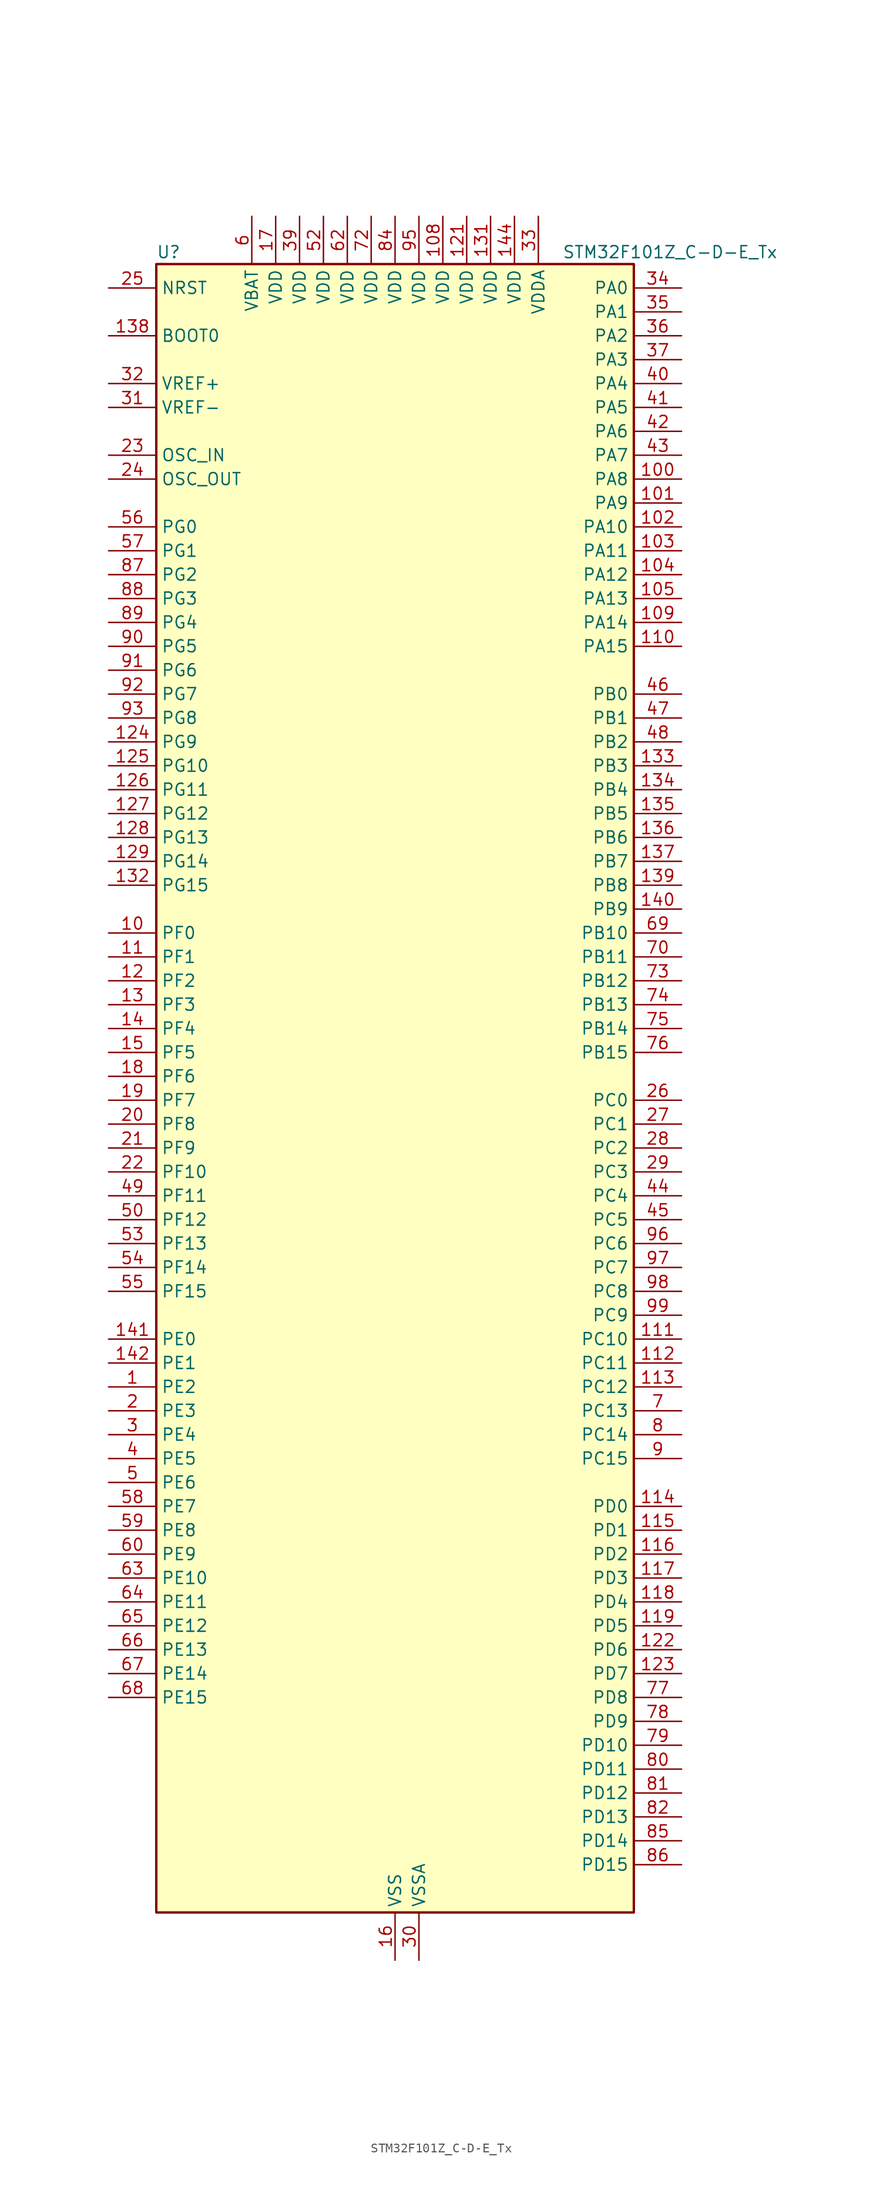
<source format=kicad_sym>
(kicad_symbol_lib
  (version 20220914)
  (generator kicad_symbol_editor)
  (symbol "STM32F101Z_C-D-E_Tx"
    (property "Reference" "U"
      (at -25.4 90.17 0)
      (effects (font (size 1.27 1.27)) (justify left)))
    (property "Value" "STM32F101Z_C-D-E_Tx"
      (at 17.78 90.17 0)
      (effects (font (size 1.27 1.27)) (justify left)))
    (property "ki_locked" ""
      (at 0 0 0)
      (effects (font (size 1.27 1.27))))
    (symbol "STM32F101Z_C-D-E_Tx_0_1"
      (rectangle (start -25.4 -86.36) (end 25.4 88.9) (stroke (width 0.254) (type default)) (fill (type background))))
    (symbol "STM32F101Z_C-D-E_Tx_1_1"
      (pin bidirectional line (at -30.48 -30.48 0) (length 5.08) (name "PE2" (effects (font (size 1.27 1.27)))) (number "1" (effects (font (size 1.27 1.27)))) (alternate "FSMC_A23" bidirectional line) (alternate "SYS_TRACECLK" bidirectional line))
      (pin bidirectional line (at -30.48 17.78 0) (length 5.08) (name "PF0" (effects (font (size 1.27 1.27)))) (number "10" (effects (font (size 1.27 1.27)))) (alternate "FSMC_A0" bidirectional line))
      (pin bidirectional line (at 30.48 66.04 180) (length 5.08) (name "PA8" (effects (font (size 1.27 1.27)))) (number "100" (effects (font (size 1.27 1.27)))) (alternate "RCC_MCO" bidirectional line) (alternate "USART1_CK" bidirectional line))
      (pin bidirectional line (at 30.48 63.5 180) (length 5.08) (name "PA9" (effects (font (size 1.27 1.27)))) (number "101" (effects (font (size 1.27 1.27)))) (alternate "DAC_EXTI9" bidirectional line) (alternate "USART1_TX" bidirectional line))
      (pin bidirectional line (at 30.48 60.96 180) (length 5.08) (name "PA10" (effects (font (size 1.27 1.27)))) (number "102" (effects (font (size 1.27 1.27)))) (alternate "USART1_RX" bidirectional line))
      (pin bidirectional line (at 30.48 58.42 180) (length 5.08) (name "PA11" (effects (font (size 1.27 1.27)))) (number "103" (effects (font (size 1.27 1.27)))) (alternate "ADC1_EXTI11" bidirectional line) (alternate "USART1_CTS" bidirectional line))
      (pin bidirectional line (at 30.48 55.88 180) (length 5.08) (name "PA12" (effects (font (size 1.27 1.27)))) (number "104" (effects (font (size 1.27 1.27)))) (alternate "USART1_RTS" bidirectional line))
      (pin bidirectional line (at 30.48 53.34 180) (length 5.08) (name "PA13" (effects (font (size 1.27 1.27)))) (number "105" (effects (font (size 1.27 1.27)))) (alternate "SYS_JTMS-SWDIO" bidirectional line))
      (pin no_connect line (at -25.4 -86.36 0) (length 5.08) hide (name "NC" (effects (font (size 1.27 1.27)))) (number "106" (effects (font (size 1.27 1.27)))))
      (pin passive line (at 0 -91.44 90) (length 5.08) hide (name "VSS" (effects (font (size 1.27 1.27)))) (number "107" (effects (font (size 1.27 1.27)))))
      (pin power_in line (at 5.08 93.98 270) (length 5.08) (name "VDD" (effects (font (size 1.27 1.27)))) (number "108" (effects (font (size 1.27 1.27)))))
      (pin bidirectional line (at 30.48 50.8 180) (length 5.08) (name "PA14" (effects (font (size 1.27 1.27)))) (number "109" (effects (font (size 1.27 1.27)))) (alternate "SYS_JTCK-SWCLK" bidirectional line))
      (pin bidirectional line (at -30.48 15.24 0) (length 5.08) (name "PF1" (effects (font (size 1.27 1.27)))) (number "11" (effects (font (size 1.27 1.27)))) (alternate "FSMC_A1" bidirectional line))
      (pin bidirectional line (at 30.48 48.26 180) (length 5.08) (name "PA15" (effects (font (size 1.27 1.27)))) (number "110" (effects (font (size 1.27 1.27)))) (alternate "ADC1_EXTI15" bidirectional line) (alternate "SPI1_NSS" bidirectional line) (alternate "SPI3_NSS" bidirectional line) (alternate "SYS_JTDI" bidirectional line) (alternate "TIM2_CH1" bidirectional line) (alternate "TIM2_ETR" bidirectional line))
      (pin bidirectional line (at 30.48 -25.4 180) (length 5.08) (name "PC10" (effects (font (size 1.27 1.27)))) (number "111" (effects (font (size 1.27 1.27)))) (alternate "UART4_TX" bidirectional line) (alternate "USART3_TX" bidirectional line))
      (pin bidirectional line (at 30.48 -27.94 180) (length 5.08) (name "PC11" (effects (font (size 1.27 1.27)))) (number "112" (effects (font (size 1.27 1.27)))) (alternate "ADC1_EXTI11" bidirectional line) (alternate "UART4_RX" bidirectional line) (alternate "USART3_RX" bidirectional line))
      (pin bidirectional line (at 30.48 -30.48 180) (length 5.08) (name "PC12" (effects (font (size 1.27 1.27)))) (number "113" (effects (font (size 1.27 1.27)))) (alternate "UART5_TX" bidirectional line) (alternate "USART3_CK" bidirectional line))
      (pin bidirectional line (at 30.48 -43.18 180) (length 5.08) (name "PD0" (effects (font (size 1.27 1.27)))) (number "114" (effects (font (size 1.27 1.27)))) (alternate "FSMC_D2" bidirectional line) (alternate "FSMC_DA2" bidirectional line))
      (pin bidirectional line (at 30.48 -45.72 180) (length 5.08) (name "PD1" (effects (font (size 1.27 1.27)))) (number "115" (effects (font (size 1.27 1.27)))) (alternate "FSMC_D3" bidirectional line) (alternate "FSMC_DA3" bidirectional line))
      (pin bidirectional line (at 30.48 -48.26 180) (length 5.08) (name "PD2" (effects (font (size 1.27 1.27)))) (number "116" (effects (font (size 1.27 1.27)))) (alternate "TIM3_ETR" bidirectional line) (alternate "UART5_RX" bidirectional line))
      (pin bidirectional line (at 30.48 -50.8 180) (length 5.08) (name "PD3" (effects (font (size 1.27 1.27)))) (number "117" (effects (font (size 1.27 1.27)))) (alternate "FSMC_CLK" bidirectional line) (alternate "USART2_CTS" bidirectional line))
      (pin bidirectional line (at 30.48 -53.34 180) (length 5.08) (name "PD4" (effects (font (size 1.27 1.27)))) (number "118" (effects (font (size 1.27 1.27)))) (alternate "FSMC_NOE" bidirectional line) (alternate "USART2_RTS" bidirectional line))
      (pin bidirectional line (at 30.48 -55.88 180) (length 5.08) (name "PD5" (effects (font (size 1.27 1.27)))) (number "119" (effects (font (size 1.27 1.27)))) (alternate "FSMC_NWE" bidirectional line) (alternate "USART2_TX" bidirectional line))
      (pin bidirectional line (at -30.48 12.7 0) (length 5.08) (name "PF2" (effects (font (size 1.27 1.27)))) (number "12" (effects (font (size 1.27 1.27)))) (alternate "FSMC_A2" bidirectional line))
      (pin passive line (at 0 -91.44 90) (length 5.08) hide (name "VSS" (effects (font (size 1.27 1.27)))) (number "120" (effects (font (size 1.27 1.27)))))
      (pin power_in line (at 7.62 93.98 270) (length 5.08) (name "VDD" (effects (font (size 1.27 1.27)))) (number "121" (effects (font (size 1.27 1.27)))))
      (pin bidirectional line (at 30.48 -58.42 180) (length 5.08) (name "PD6" (effects (font (size 1.27 1.27)))) (number "122" (effects (font (size 1.27 1.27)))) (alternate "FSMC_NWAIT" bidirectional line) (alternate "USART2_RX" bidirectional line))
      (pin bidirectional line (at 30.48 -60.96 180) (length 5.08) (name "PD7" (effects (font (size 1.27 1.27)))) (number "123" (effects (font (size 1.27 1.27)))) (alternate "FSMC_NCE2" bidirectional line) (alternate "FSMC_NE1" bidirectional line) (alternate "USART2_CK" bidirectional line))
      (pin bidirectional line (at -30.48 38.1 0) (length 5.08) (name "PG9" (effects (font (size 1.27 1.27)))) (number "124" (effects (font (size 1.27 1.27)))) (alternate "DAC_EXTI9" bidirectional line) (alternate "FSMC_NCE3" bidirectional line) (alternate "FSMC_NE2" bidirectional line))
      (pin bidirectional line (at -30.48 35.56 0) (length 5.08) (name "PG10" (effects (font (size 1.27 1.27)))) (number "125" (effects (font (size 1.27 1.27)))) (alternate "FSMC_NCE4_1" bidirectional line) (alternate "FSMC_NE3" bidirectional line))
      (pin bidirectional line (at -30.48 33.02 0) (length 5.08) (name "PG11" (effects (font (size 1.27 1.27)))) (number "126" (effects (font (size 1.27 1.27)))) (alternate "ADC1_EXTI11" bidirectional line) (alternate "FSMC_NCE4_2" bidirectional line))
      (pin bidirectional line (at -30.48 30.48 0) (length 5.08) (name "PG12" (effects (font (size 1.27 1.27)))) (number "127" (effects (font (size 1.27 1.27)))) (alternate "FSMC_NE4" bidirectional line))
      (pin bidirectional line (at -30.48 27.94 0) (length 5.08) (name "PG13" (effects (font (size 1.27 1.27)))) (number "128" (effects (font (size 1.27 1.27)))) (alternate "FSMC_A24" bidirectional line))
      (pin bidirectional line (at -30.48 25.4 0) (length 5.08) (name "PG14" (effects (font (size 1.27 1.27)))) (number "129" (effects (font (size 1.27 1.27)))) (alternate "FSMC_A25" bidirectional line))
      (pin bidirectional line (at -30.48 10.16 0) (length 5.08) (name "PF3" (effects (font (size 1.27 1.27)))) (number "13" (effects (font (size 1.27 1.27)))) (alternate "FSMC_A3" bidirectional line))
      (pin passive line (at 0 -91.44 90) (length 5.08) hide (name "VSS" (effects (font (size 1.27 1.27)))) (number "130" (effects (font (size 1.27 1.27)))))
      (pin power_in line (at 10.16 93.98 270) (length 5.08) (name "VDD" (effects (font (size 1.27 1.27)))) (number "131" (effects (font (size 1.27 1.27)))))
      (pin bidirectional line (at -30.48 22.86 0) (length 5.08) (name "PG15" (effects (font (size 1.27 1.27)))) (number "132" (effects (font (size 1.27 1.27)))) (alternate "ADC1_EXTI15" bidirectional line))
      (pin bidirectional line (at 30.48 35.56 180) (length 5.08) (name "PB3" (effects (font (size 1.27 1.27)))) (number "133" (effects (font (size 1.27 1.27)))) (alternate "SPI1_SCK" bidirectional line) (alternate "SPI3_SCK" bidirectional line) (alternate "SYS_JTDO-TRACESWO" bidirectional line) (alternate "TIM2_CH2" bidirectional line))
      (pin bidirectional line (at 30.48 33.02 180) (length 5.08) (name "PB4" (effects (font (size 1.27 1.27)))) (number "134" (effects (font (size 1.27 1.27)))) (alternate "SPI1_MISO" bidirectional line) (alternate "SPI3_MISO" bidirectional line) (alternate "SYS_NJTRST" bidirectional line) (alternate "TIM3_CH1" bidirectional line))
      (pin bidirectional line (at 30.48 30.48 180) (length 5.08) (name "PB5" (effects (font (size 1.27 1.27)))) (number "135" (effects (font (size 1.27 1.27)))) (alternate "I2C1_SMBA" bidirectional line) (alternate "SPI1_MOSI" bidirectional line) (alternate "SPI3_MOSI" bidirectional line) (alternate "TIM3_CH2" bidirectional line))
      (pin bidirectional line (at 30.48 27.94 180) (length 5.08) (name "PB6" (effects (font (size 1.27 1.27)))) (number "136" (effects (font (size 1.27 1.27)))) (alternate "I2C1_SCL" bidirectional line) (alternate "TIM4_CH1" bidirectional line) (alternate "USART1_TX" bidirectional line))
      (pin bidirectional line (at 30.48 25.4 180) (length 5.08) (name "PB7" (effects (font (size 1.27 1.27)))) (number "137" (effects (font (size 1.27 1.27)))) (alternate "FSMC_NL" bidirectional line) (alternate "I2C1_SDA" bidirectional line) (alternate "TIM4_CH2" bidirectional line) (alternate "USART1_RX" bidirectional line))
      (pin input line (at -30.48 81.28 0) (length 5.08) (name "BOOT0" (effects (font (size 1.27 1.27)))) (number "138" (effects (font (size 1.27 1.27)))))
      (pin bidirectional line (at 30.48 22.86 180) (length 5.08) (name "PB8" (effects (font (size 1.27 1.27)))) (number "139" (effects (font (size 1.27 1.27)))) (alternate "I2C1_SCL" bidirectional line) (alternate "TIM4_CH3" bidirectional line))
      (pin bidirectional line (at -30.48 7.62 0) (length 5.08) (name "PF4" (effects (font (size 1.27 1.27)))) (number "14" (effects (font (size 1.27 1.27)))) (alternate "FSMC_A4" bidirectional line))
      (pin bidirectional line (at 30.48 20.32 180) (length 5.08) (name "PB9" (effects (font (size 1.27 1.27)))) (number "140" (effects (font (size 1.27 1.27)))) (alternate "DAC_EXTI9" bidirectional line) (alternate "I2C1_SDA" bidirectional line) (alternate "TIM4_CH4" bidirectional line))
      (pin bidirectional line (at -30.48 -25.4 0) (length 5.08) (name "PE0" (effects (font (size 1.27 1.27)))) (number "141" (effects (font (size 1.27 1.27)))) (alternate "FSMC_NBL0" bidirectional line) (alternate "TIM4_ETR" bidirectional line))
      (pin bidirectional line (at -30.48 -27.94 0) (length 5.08) (name "PE1" (effects (font (size 1.27 1.27)))) (number "142" (effects (font (size 1.27 1.27)))) (alternate "FSMC_NBL1" bidirectional line))
      (pin passive line (at 0 -91.44 90) (length 5.08) hide (name "VSS" (effects (font (size 1.27 1.27)))) (number "143" (effects (font (size 1.27 1.27)))))
      (pin power_in line (at 12.7 93.98 270) (length 5.08) (name "VDD" (effects (font (size 1.27 1.27)))) (number "144" (effects (font (size 1.27 1.27)))))
      (pin bidirectional line (at -30.48 5.08 0) (length 5.08) (name "PF5" (effects (font (size 1.27 1.27)))) (number "15" (effects (font (size 1.27 1.27)))) (alternate "FSMC_A5" bidirectional line))
      (pin power_in line (at 0 -91.44 90) (length 5.08) (name "VSS" (effects (font (size 1.27 1.27)))) (number "16" (effects (font (size 1.27 1.27)))))
      (pin power_in line (at -12.7 93.98 270) (length 5.08) (name "VDD" (effects (font (size 1.27 1.27)))) (number "17" (effects (font (size 1.27 1.27)))))
      (pin bidirectional line (at -30.48 2.54 0) (length 5.08) (name "PF6" (effects (font (size 1.27 1.27)))) (number "18" (effects (font (size 1.27 1.27)))) (alternate "FSMC_NIORD" bidirectional line))
      (pin bidirectional line (at -30.48 0 0) (length 5.08) (name "PF7" (effects (font (size 1.27 1.27)))) (number "19" (effects (font (size 1.27 1.27)))) (alternate "FSMC_NREG" bidirectional line))
      (pin bidirectional line (at -30.48 -33.02 0) (length 5.08) (name "PE3" (effects (font (size 1.27 1.27)))) (number "2" (effects (font (size 1.27 1.27)))) (alternate "FSMC_A19" bidirectional line) (alternate "SYS_TRACED0" bidirectional line))
      (pin bidirectional line (at -30.48 -2.54 0) (length 5.08) (name "PF8" (effects (font (size 1.27 1.27)))) (number "20" (effects (font (size 1.27 1.27)))) (alternate "FSMC_NIOWR" bidirectional line))
      (pin bidirectional line (at -30.48 -5.08 0) (length 5.08) (name "PF9" (effects (font (size 1.27 1.27)))) (number "21" (effects (font (size 1.27 1.27)))) (alternate "DAC_EXTI9" bidirectional line) (alternate "FSMC_CD" bidirectional line))
      (pin bidirectional line (at -30.48 -7.62 0) (length 5.08) (name "PF10" (effects (font (size 1.27 1.27)))) (number "22" (effects (font (size 1.27 1.27)))) (alternate "FSMC_INTR" bidirectional line))
      (pin input line (at -30.48 68.58 0) (length 5.08) (name "OSC_IN" (effects (font (size 1.27 1.27)))) (number "23" (effects (font (size 1.27 1.27)))) (alternate "RCC_OSC_IN" bidirectional line))
      (pin input line (at -30.48 66.04 0) (length 5.08) (name "OSC_OUT" (effects (font (size 1.27 1.27)))) (number "24" (effects (font (size 1.27 1.27)))) (alternate "RCC_OSC_OUT" bidirectional line))
      (pin input line (at -30.48 86.36 0) (length 5.08) (name "NRST" (effects (font (size 1.27 1.27)))) (number "25" (effects (font (size 1.27 1.27)))))
      (pin bidirectional line (at 30.48 0 180) (length 5.08) (name "PC0" (effects (font (size 1.27 1.27)))) (number "26" (effects (font (size 1.27 1.27)))) (alternate "ADC1_IN10" bidirectional line))
      (pin bidirectional line (at 30.48 -2.54 180) (length 5.08) (name "PC1" (effects (font (size 1.27 1.27)))) (number "27" (effects (font (size 1.27 1.27)))) (alternate "ADC1_IN11" bidirectional line))
      (pin bidirectional line (at 30.48 -5.08 180) (length 5.08) (name "PC2" (effects (font (size 1.27 1.27)))) (number "28" (effects (font (size 1.27 1.27)))) (alternate "ADC1_IN12" bidirectional line))
      (pin bidirectional line (at 30.48 -7.62 180) (length 5.08) (name "PC3" (effects (font (size 1.27 1.27)))) (number "29" (effects (font (size 1.27 1.27)))) (alternate "ADC1_IN13" bidirectional line))
      (pin bidirectional line (at -30.48 -35.56 0) (length 5.08) (name "PE4" (effects (font (size 1.27 1.27)))) (number "3" (effects (font (size 1.27 1.27)))) (alternate "FSMC_A20" bidirectional line) (alternate "SYS_TRACED1" bidirectional line))
      (pin power_in line (at 2.54 -91.44 90) (length 5.08) (name "VSSA" (effects (font (size 1.27 1.27)))) (number "30" (effects (font (size 1.27 1.27)))))
      (pin input line (at -30.48 73.66 0) (length 5.08) (name "VREF-" (effects (font (size 1.27 1.27)))) (number "31" (effects (font (size 1.27 1.27)))))
      (pin input line (at -30.48 76.2 0) (length 5.08) (name "VREF+" (effects (font (size 1.27 1.27)))) (number "32" (effects (font (size 1.27 1.27)))))
      (pin power_in line (at 15.24 93.98 270) (length 5.08) (name "VDDA" (effects (font (size 1.27 1.27)))) (number "33" (effects (font (size 1.27 1.27)))))
      (pin bidirectional line (at 30.48 86.36 180) (length 5.08) (name "PA0" (effects (font (size 1.27 1.27)))) (number "34" (effects (font (size 1.27 1.27)))) (alternate "ADC1_IN0" bidirectional line) (alternate "SYS_WKUP" bidirectional line) (alternate "TIM2_CH1" bidirectional line) (alternate "TIM2_ETR" bidirectional line) (alternate "TIM5_CH1" bidirectional line) (alternate "USART2_CTS" bidirectional line))
      (pin bidirectional line (at 30.48 83.82 180) (length 5.08) (name "PA1" (effects (font (size 1.27 1.27)))) (number "35" (effects (font (size 1.27 1.27)))) (alternate "ADC1_IN1" bidirectional line) (alternate "TIM2_CH2" bidirectional line) (alternate "TIM5_CH2" bidirectional line) (alternate "USART2_RTS" bidirectional line))
      (pin bidirectional line (at 30.48 81.28 180) (length 5.08) (name "PA2" (effects (font (size 1.27 1.27)))) (number "36" (effects (font (size 1.27 1.27)))) (alternate "ADC1_IN2" bidirectional line) (alternate "TIM2_CH3" bidirectional line) (alternate "TIM5_CH3" bidirectional line) (alternate "USART2_TX" bidirectional line))
      (pin bidirectional line (at 30.48 78.74 180) (length 5.08) (name "PA3" (effects (font (size 1.27 1.27)))) (number "37" (effects (font (size 1.27 1.27)))) (alternate "ADC1_IN3" bidirectional line) (alternate "TIM2_CH4" bidirectional line) (alternate "TIM5_CH4" bidirectional line) (alternate "USART2_RX" bidirectional line))
      (pin passive line (at 0 -91.44 90) (length 5.08) hide (name "VSS" (effects (font (size 1.27 1.27)))) (number "38" (effects (font (size 1.27 1.27)))))
      (pin power_in line (at -10.16 93.98 270) (length 5.08) (name "VDD" (effects (font (size 1.27 1.27)))) (number "39" (effects (font (size 1.27 1.27)))))
      (pin bidirectional line (at -30.48 -38.1 0) (length 5.08) (name "PE5" (effects (font (size 1.27 1.27)))) (number "4" (effects (font (size 1.27 1.27)))) (alternate "FSMC_A21" bidirectional line) (alternate "SYS_TRACED2" bidirectional line))
      (pin bidirectional line (at 30.48 76.2 180) (length 5.08) (name "PA4" (effects (font (size 1.27 1.27)))) (number "40" (effects (font (size 1.27 1.27)))) (alternate "ADC1_IN4" bidirectional line) (alternate "DAC_OUT1" bidirectional line) (alternate "SPI1_NSS" bidirectional line) (alternate "USART2_CK" bidirectional line))
      (pin bidirectional line (at 30.48 73.66 180) (length 5.08) (name "PA5" (effects (font (size 1.27 1.27)))) (number "41" (effects (font (size 1.27 1.27)))) (alternate "ADC1_IN5" bidirectional line) (alternate "DAC_OUT2" bidirectional line) (alternate "SPI1_SCK" bidirectional line))
      (pin bidirectional line (at 30.48 71.12 180) (length 5.08) (name "PA6" (effects (font (size 1.27 1.27)))) (number "42" (effects (font (size 1.27 1.27)))) (alternate "ADC1_IN6" bidirectional line) (alternate "SPI1_MISO" bidirectional line) (alternate "TIM3_CH1" bidirectional line))
      (pin bidirectional line (at 30.48 68.58 180) (length 5.08) (name "PA7" (effects (font (size 1.27 1.27)))) (number "43" (effects (font (size 1.27 1.27)))) (alternate "ADC1_IN7" bidirectional line) (alternate "SPI1_MOSI" bidirectional line) (alternate "TIM3_CH2" bidirectional line))
      (pin bidirectional line (at 30.48 -10.16 180) (length 5.08) (name "PC4" (effects (font (size 1.27 1.27)))) (number "44" (effects (font (size 1.27 1.27)))) (alternate "ADC1_IN14" bidirectional line))
      (pin bidirectional line (at 30.48 -12.7 180) (length 5.08) (name "PC5" (effects (font (size 1.27 1.27)))) (number "45" (effects (font (size 1.27 1.27)))) (alternate "ADC1_IN15" bidirectional line))
      (pin bidirectional line (at 30.48 43.18 180) (length 5.08) (name "PB0" (effects (font (size 1.27 1.27)))) (number "46" (effects (font (size 1.27 1.27)))) (alternate "ADC1_IN8" bidirectional line) (alternate "TIM3_CH3" bidirectional line))
      (pin bidirectional line (at 30.48 40.64 180) (length 5.08) (name "PB1" (effects (font (size 1.27 1.27)))) (number "47" (effects (font (size 1.27 1.27)))) (alternate "ADC1_IN9" bidirectional line) (alternate "TIM3_CH4" bidirectional line))
      (pin bidirectional line (at 30.48 38.1 180) (length 5.08) (name "PB2" (effects (font (size 1.27 1.27)))) (number "48" (effects (font (size 1.27 1.27)))))
      (pin bidirectional line (at -30.48 -10.16 0) (length 5.08) (name "PF11" (effects (font (size 1.27 1.27)))) (number "49" (effects (font (size 1.27 1.27)))) (alternate "ADC1_EXTI11" bidirectional line) (alternate "FSMC_NIOS16" bidirectional line))
      (pin bidirectional line (at -30.48 -40.64 0) (length 5.08) (name "PE6" (effects (font (size 1.27 1.27)))) (number "5" (effects (font (size 1.27 1.27)))) (alternate "FSMC_A22" bidirectional line) (alternate "SYS_TRACED3" bidirectional line))
      (pin bidirectional line (at -30.48 -12.7 0) (length 5.08) (name "PF12" (effects (font (size 1.27 1.27)))) (number "50" (effects (font (size 1.27 1.27)))) (alternate "FSMC_A6" bidirectional line))
      (pin passive line (at 0 -91.44 90) (length 5.08) hide (name "VSS" (effects (font (size 1.27 1.27)))) (number "51" (effects (font (size 1.27 1.27)))))
      (pin power_in line (at -7.62 93.98 270) (length 5.08) (name "VDD" (effects (font (size 1.27 1.27)))) (number "52" (effects (font (size 1.27 1.27)))))
      (pin bidirectional line (at -30.48 -15.24 0) (length 5.08) (name "PF13" (effects (font (size 1.27 1.27)))) (number "53" (effects (font (size 1.27 1.27)))) (alternate "FSMC_A7" bidirectional line))
      (pin bidirectional line (at -30.48 -17.78 0) (length 5.08) (name "PF14" (effects (font (size 1.27 1.27)))) (number "54" (effects (font (size 1.27 1.27)))) (alternate "FSMC_A8" bidirectional line))
      (pin bidirectional line (at -30.48 -20.32 0) (length 5.08) (name "PF15" (effects (font (size 1.27 1.27)))) (number "55" (effects (font (size 1.27 1.27)))) (alternate "ADC1_EXTI15" bidirectional line) (alternate "FSMC_A9" bidirectional line))
      (pin bidirectional line (at -30.48 60.96 0) (length 5.08) (name "PG0" (effects (font (size 1.27 1.27)))) (number "56" (effects (font (size 1.27 1.27)))) (alternate "FSMC_A10" bidirectional line))
      (pin bidirectional line (at -30.48 58.42 0) (length 5.08) (name "PG1" (effects (font (size 1.27 1.27)))) (number "57" (effects (font (size 1.27 1.27)))) (alternate "FSMC_A11" bidirectional line))
      (pin bidirectional line (at -30.48 -43.18 0) (length 5.08) (name "PE7" (effects (font (size 1.27 1.27)))) (number "58" (effects (font (size 1.27 1.27)))) (alternate "FSMC_D4" bidirectional line) (alternate "FSMC_DA4" bidirectional line))
      (pin bidirectional line (at -30.48 -45.72 0) (length 5.08) (name "PE8" (effects (font (size 1.27 1.27)))) (number "59" (effects (font (size 1.27 1.27)))) (alternate "FSMC_D5" bidirectional line) (alternate "FSMC_DA5" bidirectional line))
      (pin power_in line (at -15.24 93.98 270) (length 5.08) (name "VBAT" (effects (font (size 1.27 1.27)))) (number "6" (effects (font (size 1.27 1.27)))))
      (pin bidirectional line (at -30.48 -48.26 0) (length 5.08) (name "PE9" (effects (font (size 1.27 1.27)))) (number "60" (effects (font (size 1.27 1.27)))) (alternate "DAC_EXTI9" bidirectional line) (alternate "FSMC_D6" bidirectional line) (alternate "FSMC_DA6" bidirectional line))
      (pin passive line (at 0 -91.44 90) (length 5.08) hide (name "VSS" (effects (font (size 1.27 1.27)))) (number "61" (effects (font (size 1.27 1.27)))))
      (pin power_in line (at -5.08 93.98 270) (length 5.08) (name "VDD" (effects (font (size 1.27 1.27)))) (number "62" (effects (font (size 1.27 1.27)))))
      (pin bidirectional line (at -30.48 -50.8 0) (length 5.08) (name "PE10" (effects (font (size 1.27 1.27)))) (number "63" (effects (font (size 1.27 1.27)))) (alternate "FSMC_D7" bidirectional line) (alternate "FSMC_DA7" bidirectional line))
      (pin bidirectional line (at -30.48 -53.34 0) (length 5.08) (name "PE11" (effects (font (size 1.27 1.27)))) (number "64" (effects (font (size 1.27 1.27)))) (alternate "ADC1_EXTI11" bidirectional line) (alternate "FSMC_D8" bidirectional line) (alternate "FSMC_DA8" bidirectional line))
      (pin bidirectional line (at -30.48 -55.88 0) (length 5.08) (name "PE12" (effects (font (size 1.27 1.27)))) (number "65" (effects (font (size 1.27 1.27)))) (alternate "FSMC_D9" bidirectional line) (alternate "FSMC_DA9" bidirectional line))
      (pin bidirectional line (at -30.48 -58.42 0) (length 5.08) (name "PE13" (effects (font (size 1.27 1.27)))) (number "66" (effects (font (size 1.27 1.27)))) (alternate "FSMC_D10" bidirectional line) (alternate "FSMC_DA10" bidirectional line))
      (pin bidirectional line (at -30.48 -60.96 0) (length 5.08) (name "PE14" (effects (font (size 1.27 1.27)))) (number "67" (effects (font (size 1.27 1.27)))) (alternate "FSMC_D11" bidirectional line) (alternate "FSMC_DA11" bidirectional line))
      (pin bidirectional line (at -30.48 -63.5 0) (length 5.08) (name "PE15" (effects (font (size 1.27 1.27)))) (number "68" (effects (font (size 1.27 1.27)))) (alternate "ADC1_EXTI15" bidirectional line) (alternate "FSMC_D12" bidirectional line) (alternate "FSMC_DA12" bidirectional line))
      (pin bidirectional line (at 30.48 17.78 180) (length 5.08) (name "PB10" (effects (font (size 1.27 1.27)))) (number "69" (effects (font (size 1.27 1.27)))) (alternate "I2C2_SCL" bidirectional line) (alternate "TIM2_CH3" bidirectional line) (alternate "USART3_TX" bidirectional line))
      (pin bidirectional line (at 30.48 -33.02 180) (length 5.08) (name "PC13" (effects (font (size 1.27 1.27)))) (number "7" (effects (font (size 1.27 1.27)))) (alternate "RTC_OUT" bidirectional line) (alternate "RTC_TAMPER" bidirectional line))
      (pin bidirectional line (at 30.48 15.24 180) (length 5.08) (name "PB11" (effects (font (size 1.27 1.27)))) (number "70" (effects (font (size 1.27 1.27)))) (alternate "ADC1_EXTI11" bidirectional line) (alternate "I2C2_SDA" bidirectional line) (alternate "TIM2_CH4" bidirectional line) (alternate "USART3_RX" bidirectional line))
      (pin passive line (at 0 -91.44 90) (length 5.08) hide (name "VSS" (effects (font (size 1.27 1.27)))) (number "71" (effects (font (size 1.27 1.27)))))
      (pin power_in line (at -2.54 93.98 270) (length 5.08) (name "VDD" (effects (font (size 1.27 1.27)))) (number "72" (effects (font (size 1.27 1.27)))))
      (pin bidirectional line (at 30.48 12.7 180) (length 5.08) (name "PB12" (effects (font (size 1.27 1.27)))) (number "73" (effects (font (size 1.27 1.27)))) (alternate "I2C2_SMBA" bidirectional line) (alternate "SPI2_NSS" bidirectional line) (alternate "USART3_CK" bidirectional line))
      (pin bidirectional line (at 30.48 10.16 180) (length 5.08) (name "PB13" (effects (font (size 1.27 1.27)))) (number "74" (effects (font (size 1.27 1.27)))) (alternate "SPI2_SCK" bidirectional line) (alternate "USART3_CTS" bidirectional line))
      (pin bidirectional line (at 30.48 7.62 180) (length 5.08) (name "PB14" (effects (font (size 1.27 1.27)))) (number "75" (effects (font (size 1.27 1.27)))) (alternate "SPI2_MISO" bidirectional line) (alternate "USART3_RTS" bidirectional line))
      (pin bidirectional line (at 30.48 5.08 180) (length 5.08) (name "PB15" (effects (font (size 1.27 1.27)))) (number "76" (effects (font (size 1.27 1.27)))) (alternate "ADC1_EXTI15" bidirectional line) (alternate "SPI2_MOSI" bidirectional line))
      (pin bidirectional line (at 30.48 -63.5 180) (length 5.08) (name "PD8" (effects (font (size 1.27 1.27)))) (number "77" (effects (font (size 1.27 1.27)))) (alternate "FSMC_D13" bidirectional line) (alternate "FSMC_DA13" bidirectional line) (alternate "USART3_TX" bidirectional line))
      (pin bidirectional line (at 30.48 -66.04 180) (length 5.08) (name "PD9" (effects (font (size 1.27 1.27)))) (number "78" (effects (font (size 1.27 1.27)))) (alternate "DAC_EXTI9" bidirectional line) (alternate "FSMC_D14" bidirectional line) (alternate "FSMC_DA14" bidirectional line) (alternate "USART3_RX" bidirectional line))
      (pin bidirectional line (at 30.48 -68.58 180) (length 5.08) (name "PD10" (effects (font (size 1.27 1.27)))) (number "79" (effects (font (size 1.27 1.27)))) (alternate "FSMC_D15" bidirectional line) (alternate "FSMC_DA15" bidirectional line) (alternate "USART3_CK" bidirectional line))
      (pin bidirectional line (at 30.48 -35.56 180) (length 5.08) (name "PC14" (effects (font (size 1.27 1.27)))) (number "8" (effects (font (size 1.27 1.27)))) (alternate "RCC_OSC32_IN" bidirectional line))
      (pin bidirectional line (at 30.48 -71.12 180) (length 5.08) (name "PD11" (effects (font (size 1.27 1.27)))) (number "80" (effects (font (size 1.27 1.27)))) (alternate "ADC1_EXTI11" bidirectional line) (alternate "FSMC_A16" bidirectional line) (alternate "FSMC_CLE" bidirectional line) (alternate "USART3_CTS" bidirectional line))
      (pin bidirectional line (at 30.48 -73.66 180) (length 5.08) (name "PD12" (effects (font (size 1.27 1.27)))) (number "81" (effects (font (size 1.27 1.27)))) (alternate "FSMC_A17" bidirectional line) (alternate "FSMC_ALE" bidirectional line) (alternate "TIM4_CH1" bidirectional line) (alternate "USART3_RTS" bidirectional line))
      (pin bidirectional line (at 30.48 -76.2 180) (length 5.08) (name "PD13" (effects (font (size 1.27 1.27)))) (number "82" (effects (font (size 1.27 1.27)))) (alternate "FSMC_A18" bidirectional line) (alternate "TIM4_CH2" bidirectional line))
      (pin passive line (at 0 -91.44 90) (length 5.08) hide (name "VSS" (effects (font (size 1.27 1.27)))) (number "83" (effects (font (size 1.27 1.27)))))
      (pin power_in line (at 0 93.98 270) (length 5.08) (name "VDD" (effects (font (size 1.27 1.27)))) (number "84" (effects (font (size 1.27 1.27)))))
      (pin bidirectional line (at 30.48 -78.74 180) (length 5.08) (name "PD14" (effects (font (size 1.27 1.27)))) (number "85" (effects (font (size 1.27 1.27)))) (alternate "FSMC_D0" bidirectional line) (alternate "FSMC_DA0" bidirectional line) (alternate "TIM4_CH3" bidirectional line))
      (pin bidirectional line (at 30.48 -81.28 180) (length 5.08) (name "PD15" (effects (font (size 1.27 1.27)))) (number "86" (effects (font (size 1.27 1.27)))) (alternate "ADC1_EXTI15" bidirectional line) (alternate "FSMC_D1" bidirectional line) (alternate "FSMC_DA1" bidirectional line) (alternate "TIM4_CH4" bidirectional line))
      (pin bidirectional line (at -30.48 55.88 0) (length 5.08) (name "PG2" (effects (font (size 1.27 1.27)))) (number "87" (effects (font (size 1.27 1.27)))) (alternate "FSMC_A12" bidirectional line))
      (pin bidirectional line (at -30.48 53.34 0) (length 5.08) (name "PG3" (effects (font (size 1.27 1.27)))) (number "88" (effects (font (size 1.27 1.27)))) (alternate "FSMC_A13" bidirectional line))
      (pin bidirectional line (at -30.48 50.8 0) (length 5.08) (name "PG4" (effects (font (size 1.27 1.27)))) (number "89" (effects (font (size 1.27 1.27)))) (alternate "FSMC_A14" bidirectional line))
      (pin bidirectional line (at 30.48 -38.1 180) (length 5.08) (name "PC15" (effects (font (size 1.27 1.27)))) (number "9" (effects (font (size 1.27 1.27)))) (alternate "ADC1_EXTI15" bidirectional line) (alternate "RCC_OSC32_OUT" bidirectional line))
      (pin bidirectional line (at -30.48 48.26 0) (length 5.08) (name "PG5" (effects (font (size 1.27 1.27)))) (number "90" (effects (font (size 1.27 1.27)))) (alternate "FSMC_A15" bidirectional line))
      (pin bidirectional line (at -30.48 45.72 0) (length 5.08) (name "PG6" (effects (font (size 1.27 1.27)))) (number "91" (effects (font (size 1.27 1.27)))) (alternate "FSMC_INT2" bidirectional line))
      (pin bidirectional line (at -30.48 43.18 0) (length 5.08) (name "PG7" (effects (font (size 1.27 1.27)))) (number "92" (effects (font (size 1.27 1.27)))) (alternate "FSMC_INT3" bidirectional line))
      (pin bidirectional line (at -30.48 40.64 0) (length 5.08) (name "PG8" (effects (font (size 1.27 1.27)))) (number "93" (effects (font (size 1.27 1.27)))))
      (pin passive line (at 0 -91.44 90) (length 5.08) hide (name "VSS" (effects (font (size 1.27 1.27)))) (number "94" (effects (font (size 1.27 1.27)))))
      (pin power_in line (at 2.54 93.98 270) (length 5.08) (name "VDD" (effects (font (size 1.27 1.27)))) (number "95" (effects (font (size 1.27 1.27)))))
      (pin bidirectional line (at 30.48 -15.24 180) (length 5.08) (name "PC6" (effects (font (size 1.27 1.27)))) (number "96" (effects (font (size 1.27 1.27)))) (alternate "TIM3_CH1" bidirectional line))
      (pin bidirectional line (at 30.48 -17.78 180) (length 5.08) (name "PC7" (effects (font (size 1.27 1.27)))) (number "97" (effects (font (size 1.27 1.27)))) (alternate "TIM3_CH2" bidirectional line))
      (pin bidirectional line (at 30.48 -20.32 180) (length 5.08) (name "PC8" (effects (font (size 1.27 1.27)))) (number "98" (effects (font (size 1.27 1.27)))) (alternate "TIM3_CH3" bidirectional line))
      (pin bidirectional line (at 30.48 -22.86 180) (length 5.08) (name "PC9" (effects (font (size 1.27 1.27)))) (number "99" (effects (font (size 1.27 1.27)))) (alternate "DAC_EXTI9" bidirectional line) (alternate "TIM3_CH4" bidirectional line)))))
</source>
